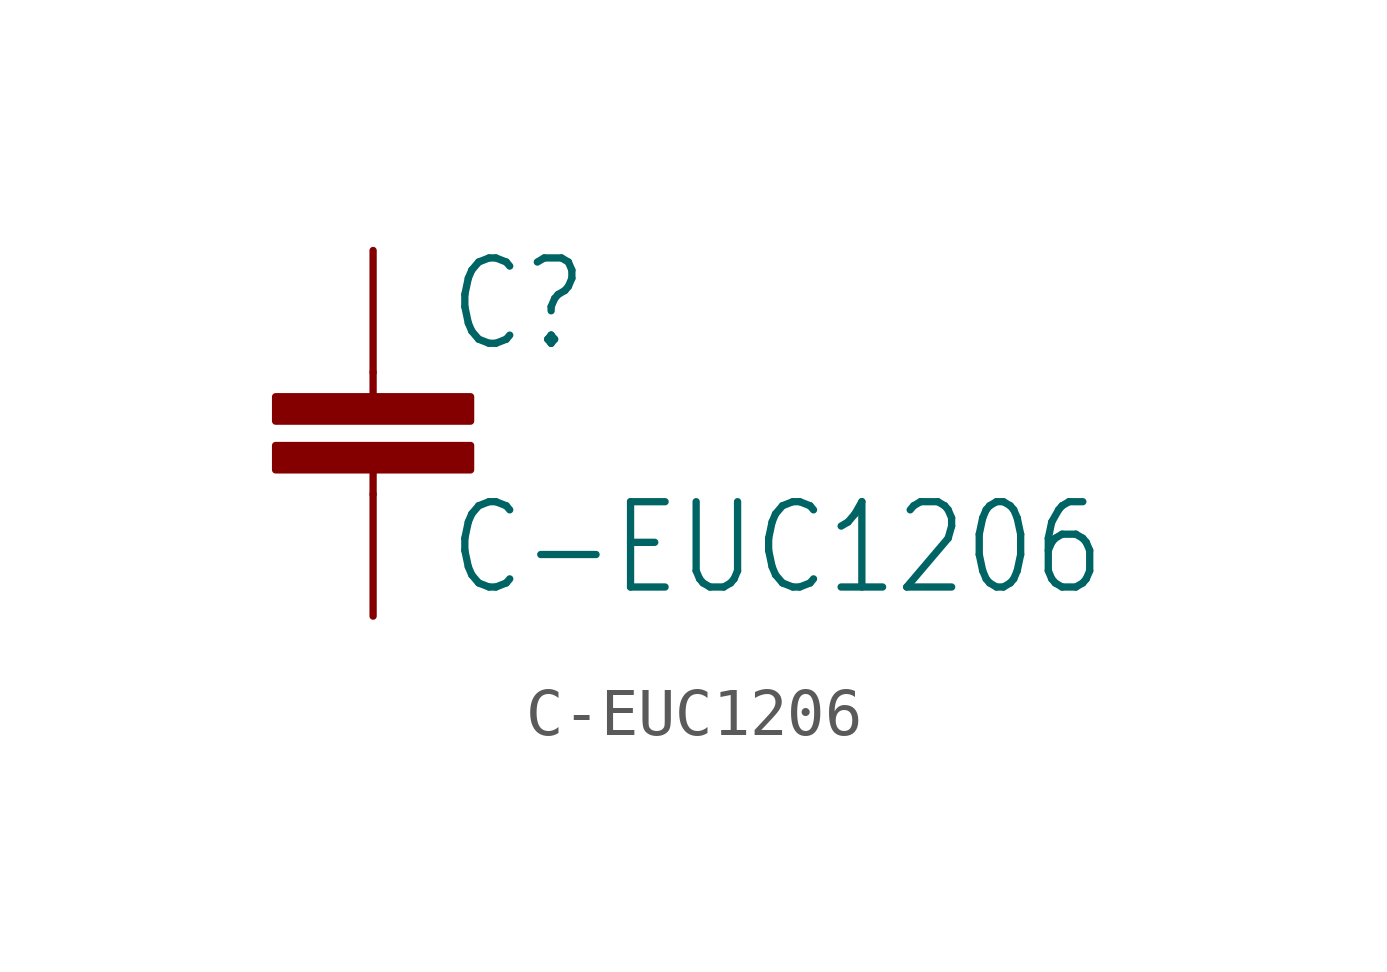
<source format=kicad_sym>
(kicad_symbol_lib
  (version 20201005)
  (generator kicad_symbol_editor)
  (symbol "C-EUC1206"
    (property "Reference" "C"
      (at 1.524 0.381 0)
      (effects (font (size 1.778 1.511)) (justify left bottom)))
    (property "Value" "C-EUC1206"
      (at 1.524 -4.699 0)
      (effects (font (size 1.778 1.511)) (justify left bottom)))
    (property "ki_locked" ""
      (at 0 0 0)
      (effects (font (size 1.27 1.27))))
    (symbol "C-EUC1206_1_0"
      (rectangle (start -2.032 -2.032) (end 2.032 -1.524) (stroke (width 0)) (fill (type outline)))
      (rectangle (start -2.032 -1.016) (end 2.032 -0.508) (stroke (width 0)) (fill (type outline)))
      (polyline (pts (xy 0 -2.54) (xy 0 -2.032)) (stroke (width 0.152)) (fill (type none)))
      (polyline (pts (xy 0 0) (xy 0 -0.508)) (stroke (width 0.152)) (fill (type none)))
      (pin passive line (at 0 2.54 270) (length 2.54) (name "1" (effects (font (size 0 0)))) (number "1" (effects (font (size 0 0)))))
      (pin passive line (at 0 -5.08 90) (length 2.54) (name "2" (effects (font (size 0 0)))) (number "2" (effects (font (size 0 0))))))))
</source>
